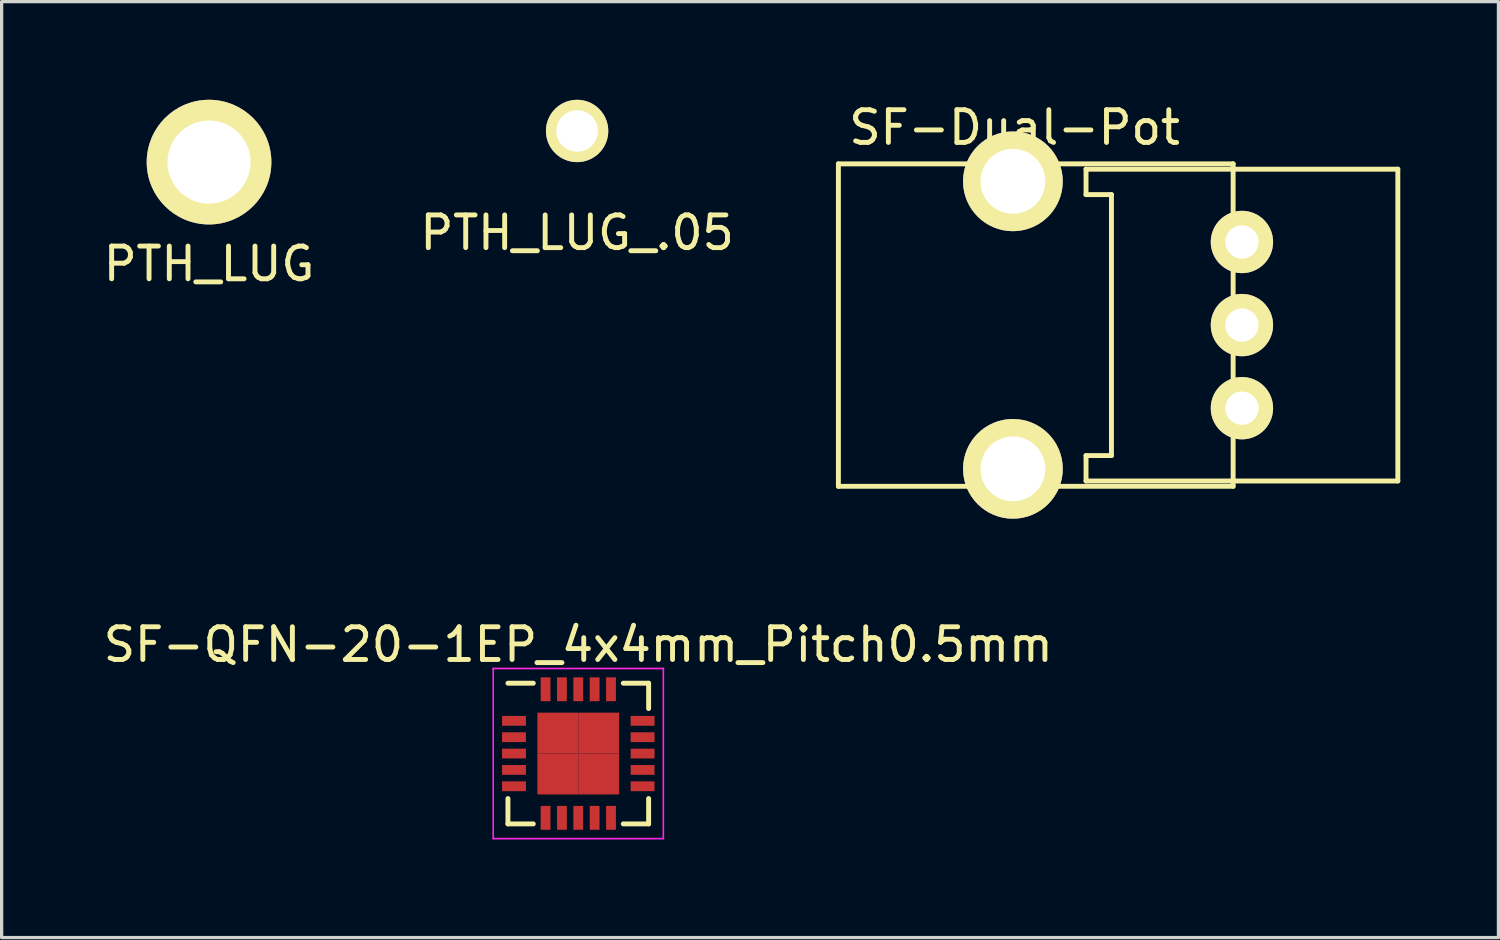
<source format=kicad_pcb>
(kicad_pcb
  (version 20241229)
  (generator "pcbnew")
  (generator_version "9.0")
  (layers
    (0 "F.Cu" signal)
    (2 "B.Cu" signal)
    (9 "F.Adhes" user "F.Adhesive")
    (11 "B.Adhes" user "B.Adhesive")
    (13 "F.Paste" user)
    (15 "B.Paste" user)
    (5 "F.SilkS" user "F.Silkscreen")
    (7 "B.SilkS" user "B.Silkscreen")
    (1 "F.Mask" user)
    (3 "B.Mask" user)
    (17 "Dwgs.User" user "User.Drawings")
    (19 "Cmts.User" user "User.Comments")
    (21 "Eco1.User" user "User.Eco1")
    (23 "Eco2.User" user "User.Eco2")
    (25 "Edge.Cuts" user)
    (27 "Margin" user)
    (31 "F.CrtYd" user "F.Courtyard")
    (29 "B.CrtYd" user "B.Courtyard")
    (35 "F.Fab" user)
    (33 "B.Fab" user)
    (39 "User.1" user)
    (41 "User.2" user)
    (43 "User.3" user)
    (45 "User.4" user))
  (footprint "SF-QFN-20-1EP_4x4mm_Pitch0.5mm"
    (layer "F.Cu")
    (at 14.625 19.982)
    (property "Reference" "SF-QFN-20-1EP_4x4mm_Pitch0.5mm" (at 0 -3.33 0) (layer "F.SilkS") (effects (font (size 1 1) (thickness 0.15))))
    (attr smd)
    (fp_line (start -2.15 -2.15) (end -1.375 -2.15) (stroke (width 0.15) (type solid)) (layer "F.SilkS"))
    (fp_line (start -2.15 2.15) (end -2.15 1.375) (stroke (width 0.15) (type solid)) (layer "F.SilkS"))
    (fp_line (start -2.15 2.15) (end -1.375 2.15) (stroke (width 0.15) (type solid)) (layer "F.SilkS"))
    (fp_line (start 2.15 -2.15) (end 1.375 -2.15) (stroke (width 0.15) (type solid)) (layer "F.SilkS"))
    (fp_line (start 2.15 -2.15) (end 2.15 -1.375) (stroke (width 0.15) (type solid)) (layer "F.SilkS"))
    (fp_line (start 2.15 2.15) (end 1.375 2.15) (stroke (width 0.15) (type solid)) (layer "F.SilkS"))
    (fp_line (start 2.15 2.15) (end 2.15 1.375) (stroke (width 0.15) (type solid)) (layer "F.SilkS"))
    (fp_line (start -2.6 -2.6) (end -2.6 2.6) (stroke (width 0.05) (type solid)) (layer "F.CrtYd"))
    (fp_line (start -2.6 -2.6) (end 2.6 -2.6) (stroke (width 0.05) (type solid)) (layer "F.CrtYd"))
    (fp_line (start -2.6 2.6) (end 2.6 2.6) (stroke (width 0.05) (type solid)) (layer "F.CrtYd"))
    (fp_line (start 2.6 -2.6) (end 2.6 2.6) (stroke (width 0.05) (type solid)) (layer "F.CrtYd"))
    (pad "1" smd rect (at -1.965 -1) (size 0.73 0.3) (layers "F.Cu" "F.Mask" "F.Paste"))
    (pad "2" smd rect (at -1.965 -0.5) (size 0.73 0.3) (layers "F.Cu" "F.Mask" "F.Paste"))
    (pad "3" smd rect (at -1.965 0) (size 0.73 0.3) (layers "F.Cu" "F.Mask" "F.Paste"))
    (pad "4" smd rect (at -1.965 0.5) (size 0.73 0.3) (layers "F.Cu" "F.Mask" "F.Paste"))
    (pad "5" smd rect (at -1.965 1) (size 0.73 0.3) (layers "F.Cu" "F.Mask" "F.Paste"))
    (pad "6" smd rect (at -1 1.965 90) (size 0.73 0.3) (layers "F.Cu" "F.Mask" "F.Paste"))
    (pad "7" smd rect (at -0.5 1.965 90) (size 0.73 0.3) (layers "F.Cu" "F.Mask" "F.Paste"))
    (pad "8" smd rect (at 0 1.965 90) (size 0.73 0.3) (layers "F.Cu" "F.Mask" "F.Paste"))
    (pad "9" smd rect (at 0.5 1.965 90) (size 0.73 0.3) (layers "F.Cu" "F.Mask" "F.Paste"))
    (pad "10" smd rect (at 1 1.965 90) (size 0.73 0.3) (layers "F.Cu" "F.Mask" "F.Paste"))
    (pad "11" smd rect (at 1.965 1) (size 0.73 0.3) (layers "F.Cu" "F.Mask" "F.Paste"))
    (pad "12" smd rect (at 1.965 0.5) (size 0.73 0.3) (layers "F.Cu" "F.Mask" "F.Paste"))
    (pad "13" smd rect (at 1.965 0) (size 0.73 0.3) (layers "F.Cu" "F.Mask" "F.Paste"))
    (pad "14" smd rect (at 1.965 -0.5) (size 0.73 0.3) (layers "F.Cu" "F.Mask" "F.Paste"))
    (pad "15" smd rect (at 1.965 -1) (size 0.73 0.3) (layers "F.Cu" "F.Mask" "F.Paste"))
    (pad "16" smd rect (at 1 -1.965 90) (size 0.73 0.3) (layers "F.Cu" "F.Mask" "F.Paste"))
    (pad "17" smd rect (at 0.5 -1.965 90) (size 0.73 0.3) (layers "F.Cu" "F.Mask" "F.Paste"))
    (pad "18" smd rect (at 0 -1.965 90) (size 0.73 0.3) (layers "F.Cu" "F.Mask" "F.Paste"))
    (pad "19" smd rect (at -0.5 -1.965 90) (size 0.73 0.3) (layers "F.Cu" "F.Mask" "F.Paste"))
    (pad "20" smd rect (at -1 -1.965 90) (size 0.73 0.3) (layers "F.Cu" "F.Mask" "F.Paste"))
    (pad "21" smd rect (at -0.625 -0.625) (size 1.25 1.25) (layers "F.Cu" "F.Mask" "F.Paste"))
    (pad "21" smd rect (at -0.625 0.625) (size 1.25 1.25) (layers "F.Cu" "F.Mask" "F.Paste"))
    (pad "21" smd rect (at 0.625 -0.625) (size 1.25 1.25) (layers "F.Cu" "F.Mask" "F.Paste"))
    (pad "21" smd rect (at 0.625 0.625) (size 1.25 1.25) (layers "F.Cu" "F.Mask" "F.Paste")))
  (footprint "PTH_LUG_.05"
    (layer "F.Cu")
    (at 14.589 0.953)
    (property "Reference" "PTH_LUG_.05" (at 0 3.111 0) (layer "F.SilkS") (effects (font (size 1 1) (thickness 0.15))))
    (attr through_hole)
    (pad "1" thru_hole circle (at 0 0) (size 1.905 1.905) (drill 1.27) (layers "*.Cu" "*.Mask" "F.SilkS")))
  (footprint "PTH_LUG"
    (layer "F.Cu")
    (at 3.339 1.905)
    (property "Reference" "PTH_LUG" (at 0 3.111 0) (layer "F.SilkS") (effects (font (size 1 1) (thickness 0.15))))
    (attr through_hole)
    (pad "1" thru_hole circle (at 0 0) (size 3.81 3.81) (drill 2.54) (layers "*.Cu" "*.Mask" "F.SilkS")))
  (footprint "SF-Dual-Pot"
    (layer "F.Cu")
    (at 27.909 6.886)
    (property "Reference" "SF-Dual-Pot" (at 0.051 -6.038 0) (layer "F.SilkS") (effects (font (size 1 1) (thickness 0.15))))
    (attr through_hole)
    (fp_line (start -5.334 -4.928) (end -5.334 4.928) (stroke (width 0.15) (type solid)) (layer "F.SilkS"))
    (fp_line (start 2.235 -4.765) (end 11.765 -4.765) (stroke (width 0.15) (type solid)) (layer "F.SilkS"))
    (fp_line (start 2.235 -3.988) (end 2.235 -4.765) (stroke (width 0.15) (type solid)) (layer "F.SilkS"))
    (fp_line (start 2.235 3.988) (end 3.012 3.988) (stroke (width 0.15) (type solid)) (layer "F.SilkS"))
    (fp_line (start 2.235 4.765) (end 2.235 3.988) (stroke (width 0.15) (type solid)) (layer "F.SilkS"))
    (fp_line (start 3.012 -3.988) (end 2.235 -3.988) (stroke (width 0.15) (type solid)) (layer "F.SilkS"))
    (fp_line (start 3.012 3.988) (end 3.012 -3.988) (stroke (width 0.15) (type solid)) (layer "F.SilkS"))
    (fp_line (start 6.731 -4.928) (end -5.334 -4.928) (stroke (width 0.15) (type solid)) (layer "F.SilkS"))
    (fp_line (start 6.731 4.928) (end -5.334 4.928) (stroke (width 0.15) (type solid)) (layer "F.SilkS"))
    (fp_line (start 6.731 4.928) (end 6.731 -4.928) (stroke (width 0.15) (type solid)) (layer "F.SilkS"))
    (fp_line (start 11.765 -4.765) (end 11.765 4.765) (stroke (width 0.15) (type solid)) (layer "F.SilkS"))
    (fp_line (start 11.765 4.765) (end 2.235 4.765) (stroke (width 0.15) (type solid)) (layer "F.SilkS"))
    (pad "" thru_hole circle (at 0 -4.394) (size 3.048 3.048) (drill 1.981) (layers "*.Cu" "*.Mask" "F.SilkS"))
    (pad "" thru_hole circle (at 0 4.394) (size 3.048 3.048) (drill 1.981) (layers "*.Cu" "*.Mask" "F.SilkS"))
    (pad "1" thru_hole circle (at 7 2.54) (size 1.905 1.905) (drill 1.016) (layers "*.Cu" "*.Mask" "F.SilkS"))
    (pad "2" thru_hole circle (at 7 0) (size 1.905 1.905) (drill 1.016) (layers "*.Cu" "*.Mask" "F.SilkS"))
    (pad "3" thru_hole circle (at 7 -2.54) (size 1.905 1.905) (drill 1.016) (layers "*.Cu" "*.Mask" "F.SilkS")))
  (gr_rect
    (start -3 -3)
    (end 42.749 25.607)
    (stroke (width 0.1) (type default))
    (fill no)
    (layer "Edge.Cuts")))
</source>
